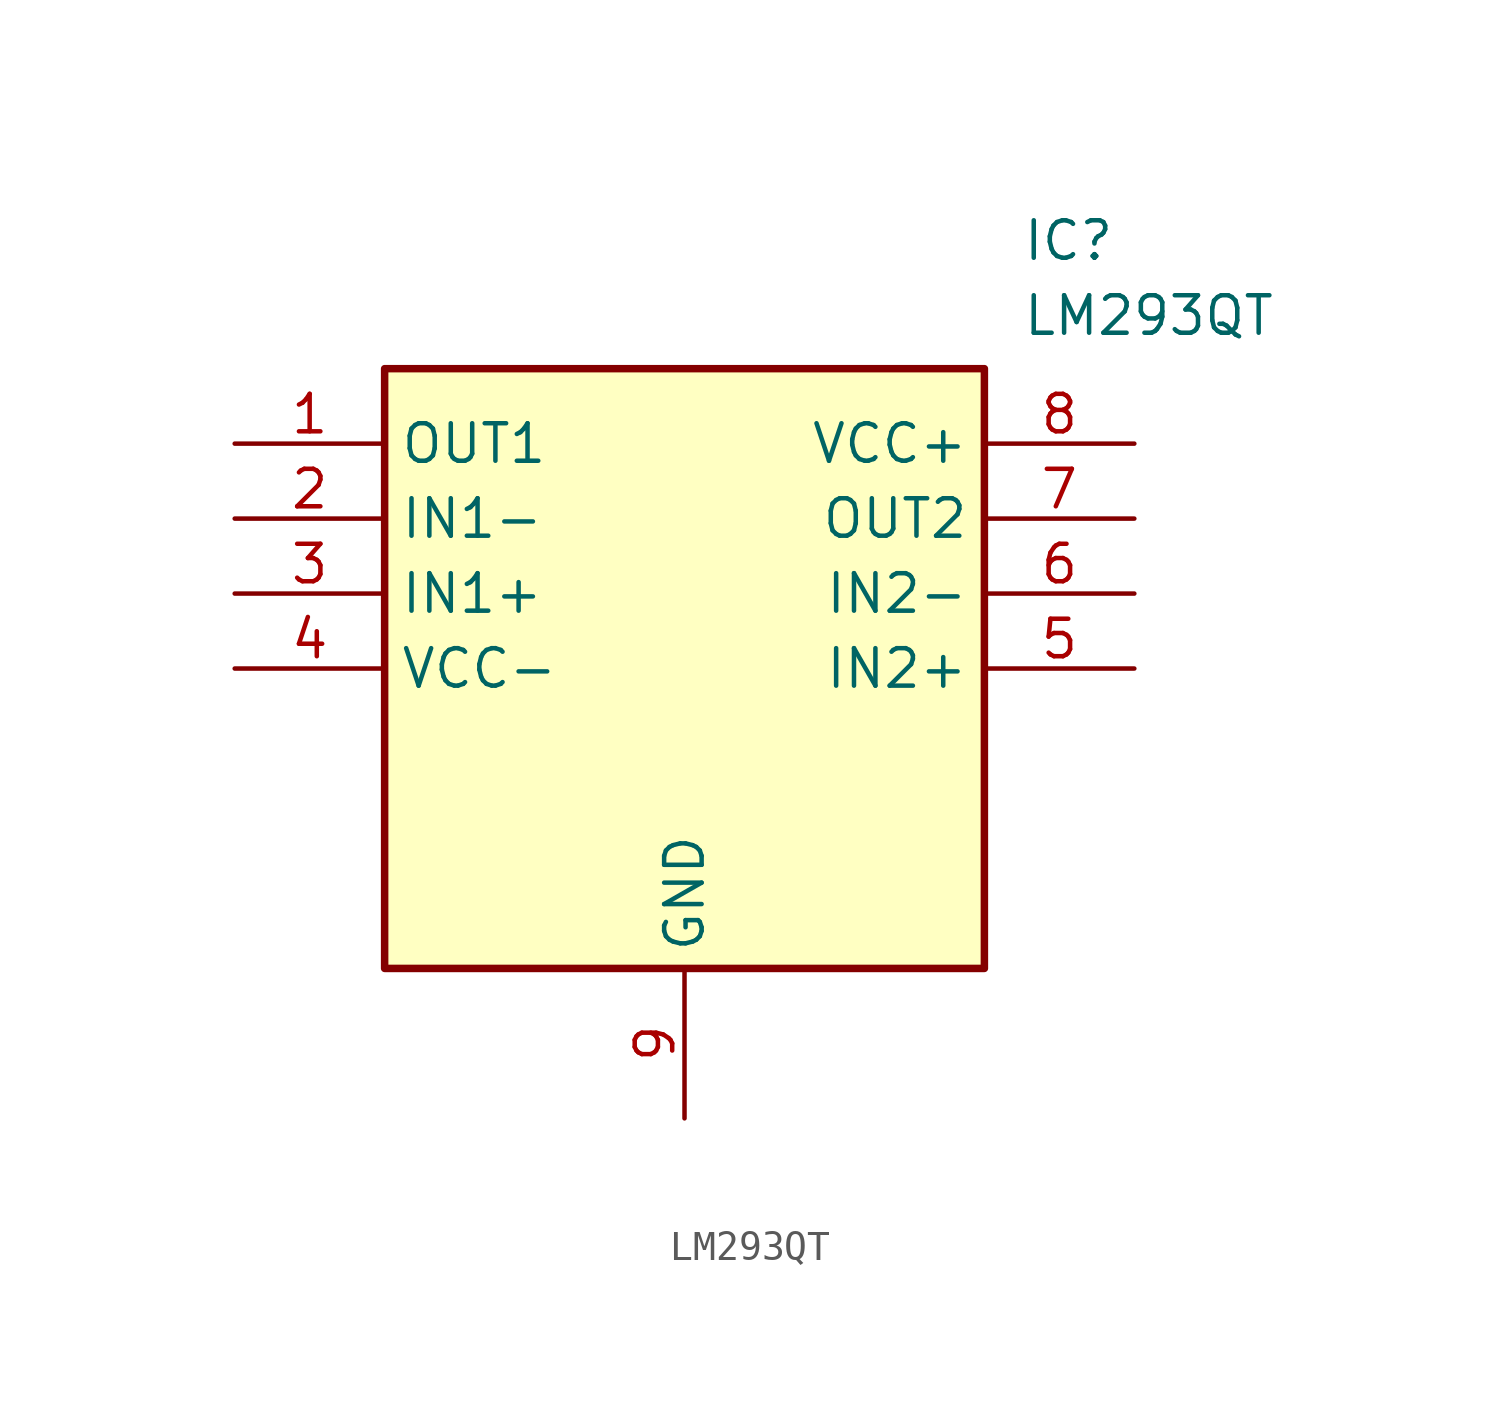
<source format=kicad_sym>
(kicad_symbol_lib
  (version 20220914)
  (generator kicad_symbol_editor)
  (symbol "LM293QT"
    (property "Reference" "IC"
      (at 26.67 7.62 0)
      (effects (font (size 1.27 1.27)) (justify left top)))
    (property "Value" "LM293QT"
      (at 26.67 5.08 0)
      (effects (font (size 1.27 1.27)) (justify left top)))
    (symbol "LM293QT_1_1"
      (rectangle (start 5.08 2.54) (end 25.4 -17.78) (stroke (width 0.254) (type default)) (fill (type background)))
      (pin output line (at 0 0 0) (length 5.08) (name "OUT1" (effects (font (size 1.27 1.27)))) (number "1" (effects (font (size 1.27 1.27)))))
      (pin input line (at 0 -2.54 0) (length 5.08) (name "IN1-" (effects (font (size 1.27 1.27)))) (number "2" (effects (font (size 1.27 1.27)))))
      (pin input line (at 0 -5.08 0) (length 5.08) (name "IN1+" (effects (font (size 1.27 1.27)))) (number "3" (effects (font (size 1.27 1.27)))))
      (pin power_in line (at 0 -7.62 0) (length 5.08) (name "VCC-" (effects (font (size 1.27 1.27)))) (number "4" (effects (font (size 1.27 1.27)))))
      (pin input line (at 30.48 -7.62 180) (length 5.08) (name "IN2+" (effects (font (size 1.27 1.27)))) (number "5" (effects (font (size 1.27 1.27)))))
      (pin input line (at 30.48 -5.08 180) (length 5.08) (name "IN2-" (effects (font (size 1.27 1.27)))) (number "6" (effects (font (size 1.27 1.27)))))
      (pin output line (at 30.48 -2.54 180) (length 5.08) (name "OUT2" (effects (font (size 1.27 1.27)))) (number "7" (effects (font (size 1.27 1.27)))))
      (pin power_in line (at 30.48 0 180) (length 5.08) (name "VCC+" (effects (font (size 1.27 1.27)))) (number "8" (effects (font (size 1.27 1.27)))))
      (pin power_in line (at 15.24 -22.86 90) (length 5.08) (name "GND" (effects (font (size 1.27 1.27)))) (number "9" (effects (font (size 1.27 1.27))))))))
</source>
